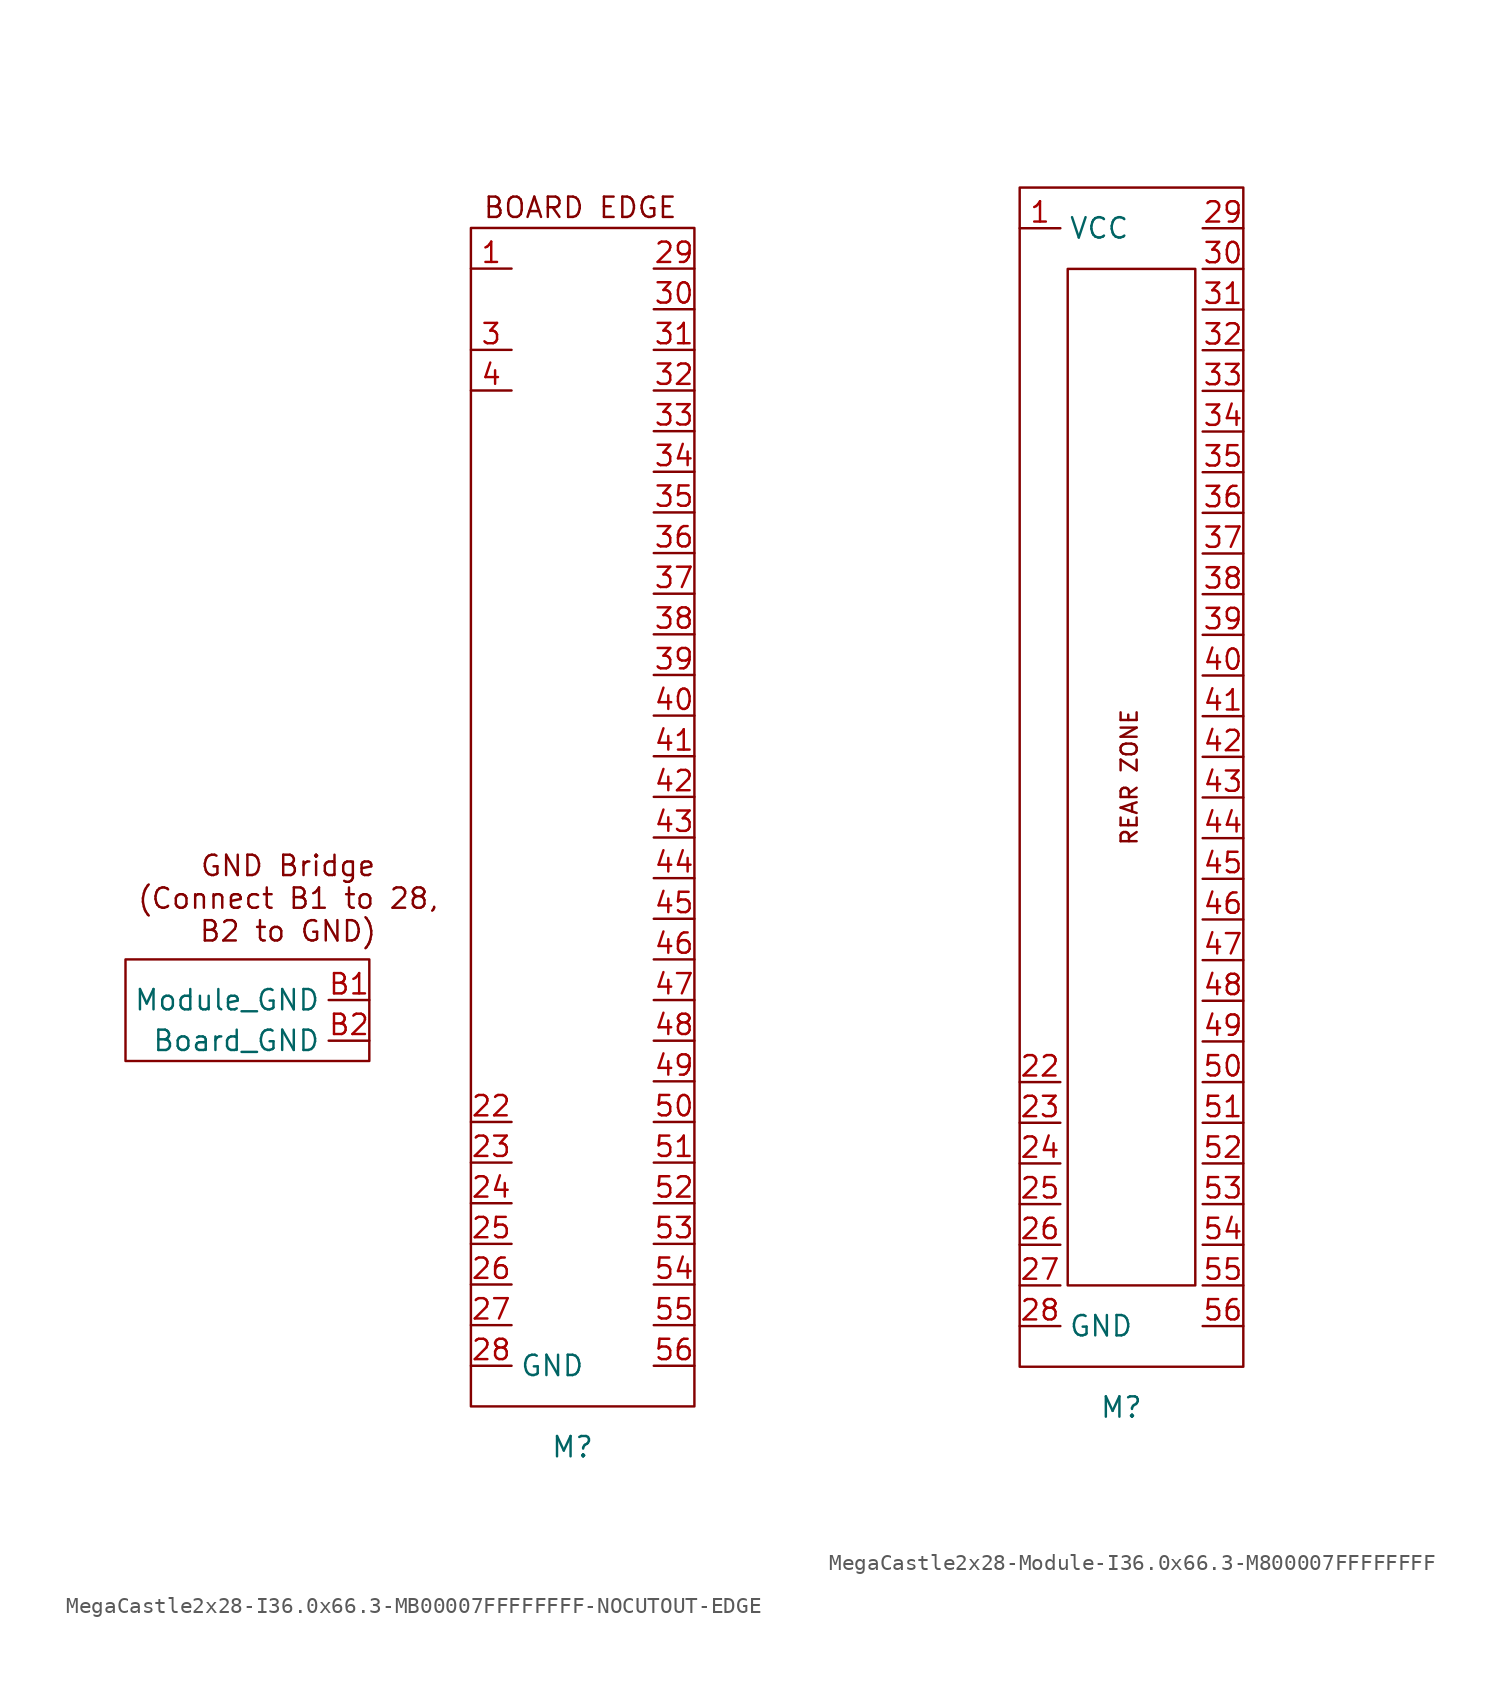
<source format=kicad_sym>
(kicad_symbol_lib
  (version 20231120)
  (generator "kicad_symbol_editor")
  (generator_version "8.0")
  (symbol "MegaCastle2x28-I36.0x66.3-MB00007FFFFFFFF-NOCUTOUT-EDGE"
    (property "Reference" "M"
      (at 0 -39.37 0)
      (effects (font (size 1.27 1.27))))
    (property "Value" ""
      (at 0 5.08 0)
      (effects (font (size 1.27 1.27))))
    (symbol "MegaCastle2x28-I36.0x66.3-MB00007FFFFFFFF-NOCUTOUT-EDGE_0_1"
      (rectangle (start -27.94 -8.89) (end -12.7 -15.24) (stroke (width 0) (type default)) (fill (type none)))
      (rectangle (start -6.35 36.83) (end 7.62 -36.83) (stroke (width 0) (type default)) (fill (type none))))
    (symbol "MegaCastle2x28-I36.0x66.3-MB00007FFFFFFFF-NOCUTOUT-EDGE_1_1"
      (text " BOARD EDGE" (at 0 38.1 0) (effects (font (size 1.27 1.27))))
      (text "GND Bridge\n(Connect B1 to 28,\nB2 to GND)" (at -17.78 -5.08 0) (effects (font (size 1.27 1.27))))
      (pin bidirectional line (at -6.35 34.29 0) (length 2.54) (name "" (effects (font (size 1.27 1.27)))) (number "1" (effects (font (size 1.27 1.27)))))
      (pin bidirectional line (at -6.35 -19.05 0) (length 2.54) (name "" (effects (font (size 1.27 1.27)))) (number "22" (effects (font (size 1.27 1.27)))))
      (pin bidirectional line (at -6.35 -21.59 0) (length 2.54) (name "" (effects (font (size 1.27 1.27)))) (number "23" (effects (font (size 1.27 1.27)))))
      (pin bidirectional line (at -6.35 -24.13 0) (length 2.54) (name "" (effects (font (size 1.27 1.27)))) (number "24" (effects (font (size 1.27 1.27)))))
      (pin bidirectional line (at -6.35 -26.67 0) (length 2.54) (name "" (effects (font (size 1.27 1.27)))) (number "25" (effects (font (size 1.27 1.27)))))
      (pin bidirectional line (at -6.35 -29.21 0) (length 2.54) (name "" (effects (font (size 1.27 1.27)))) (number "26" (effects (font (size 1.27 1.27)))))
      (pin bidirectional line (at -6.35 -31.75 0) (length 2.54) (name "" (effects (font (size 1.27 1.27)))) (number "27" (effects (font (size 1.27 1.27)))))
      (pin bidirectional line (at -6.35 -34.29 0) (length 2.54) (name "GND" (effects (font (size 1.27 1.27)))) (number "28" (effects (font (size 1.27 1.27)))))
      (pin bidirectional line (at 7.62 34.29 180) (length 2.54) (name "" (effects (font (size 1.27 1.27)))) (number "29" (effects (font (size 1.27 1.27)))))
      (pin bidirectional line (at -6.35 29.21 0) (length 2.54) (name "" (effects (font (size 1.27 1.27)))) (number "3" (effects (font (size 1.27 1.27)))))
      (pin bidirectional line (at 7.62 31.75 180) (length 2.54) (name "" (effects (font (size 1.27 1.27)))) (number "30" (effects (font (size 1.27 1.27)))))
      (pin bidirectional line (at 7.62 29.21 180) (length 2.54) (name "" (effects (font (size 1.27 1.27)))) (number "31" (effects (font (size 1.27 1.27)))))
      (pin bidirectional line (at 7.62 26.67 180) (length 2.54) (name "" (effects (font (size 1.27 1.27)))) (number "32" (effects (font (size 1.27 1.27)))))
      (pin bidirectional line (at 7.62 24.13 180) (length 2.54) (name "" (effects (font (size 1.27 1.27)))) (number "33" (effects (font (size 1.27 1.27)))))
      (pin bidirectional line (at 7.62 21.59 180) (length 2.54) (name "" (effects (font (size 1.27 1.27)))) (number "34" (effects (font (size 1.27 1.27)))))
      (pin bidirectional line (at 7.62 19.05 180) (length 2.54) (name "" (effects (font (size 1.27 1.27)))) (number "35" (effects (font (size 1.27 1.27)))))
      (pin bidirectional line (at 7.62 16.51 180) (length 2.54) (name "" (effects (font (size 1.27 1.27)))) (number "36" (effects (font (size 1.27 1.27)))))
      (pin bidirectional line (at 7.62 13.97 180) (length 2.54) (name "" (effects (font (size 1.27 1.27)))) (number "37" (effects (font (size 1.27 1.27)))))
      (pin bidirectional line (at 7.62 11.43 180) (length 2.54) (name "" (effects (font (size 1.27 1.27)))) (number "38" (effects (font (size 1.27 1.27)))))
      (pin bidirectional line (at 7.62 8.89 180) (length 2.54) (name "" (effects (font (size 1.27 1.27)))) (number "39" (effects (font (size 1.27 1.27)))))
      (pin bidirectional line (at -6.35 26.67 0) (length 2.54) (name "" (effects (font (size 1.27 1.27)))) (number "4" (effects (font (size 1.27 1.27)))))
      (pin bidirectional line (at 7.62 6.35 180) (length 2.54) (name "" (effects (font (size 1.27 1.27)))) (number "40" (effects (font (size 1.27 1.27)))))
      (pin bidirectional line (at 7.62 3.81 180) (length 2.54) (name "" (effects (font (size 1.27 1.27)))) (number "41" (effects (font (size 1.27 1.27)))))
      (pin bidirectional line (at 7.62 1.27 180) (length 2.54) (name "" (effects (font (size 1.27 1.27)))) (number "42" (effects (font (size 1.27 1.27)))))
      (pin bidirectional line (at 7.62 -1.27 180) (length 2.54) (name "" (effects (font (size 1.27 1.27)))) (number "43" (effects (font (size 1.27 1.27)))))
      (pin bidirectional line (at 7.62 -3.81 180) (length 2.54) (name "" (effects (font (size 1.27 1.27)))) (number "44" (effects (font (size 1.27 1.27)))))
      (pin bidirectional line (at 7.62 -6.35 180) (length 2.54) (name "" (effects (font (size 1.27 1.27)))) (number "45" (effects (font (size 1.27 1.27)))))
      (pin bidirectional line (at 7.62 -8.89 180) (length 2.54) (name "" (effects (font (size 1.27 1.27)))) (number "46" (effects (font (size 1.27 1.27)))))
      (pin bidirectional line (at 7.62 -11.43 180) (length 2.54) (name "" (effects (font (size 1.27 1.27)))) (number "47" (effects (font (size 1.27 1.27)))))
      (pin bidirectional line (at 7.62 -13.97 180) (length 2.54) (name "" (effects (font (size 1.27 1.27)))) (number "48" (effects (font (size 1.27 1.27)))))
      (pin bidirectional line (at 7.62 -16.51 180) (length 2.54) (name "" (effects (font (size 1.27 1.27)))) (number "49" (effects (font (size 1.27 1.27)))))
      (pin bidirectional line (at 7.62 -19.05 180) (length 2.54) (name "" (effects (font (size 1.27 1.27)))) (number "50" (effects (font (size 1.27 1.27)))))
      (pin bidirectional line (at 7.62 -21.59 180) (length 2.54) (name "" (effects (font (size 1.27 1.27)))) (number "51" (effects (font (size 1.27 1.27)))))
      (pin bidirectional line (at 7.62 -24.13 180) (length 2.54) (name "" (effects (font (size 1.27 1.27)))) (number "52" (effects (font (size 1.27 1.27)))))
      (pin bidirectional line (at 7.62 -26.67 180) (length 2.54) (name "" (effects (font (size 1.27 1.27)))) (number "53" (effects (font (size 1.27 1.27)))))
      (pin bidirectional line (at 7.62 -29.21 180) (length 2.54) (name "" (effects (font (size 1.27 1.27)))) (number "54" (effects (font (size 1.27 1.27)))))
      (pin bidirectional line (at 7.62 -31.75 180) (length 2.54) (name "" (effects (font (size 1.27 1.27)))) (number "55" (effects (font (size 1.27 1.27)))))
      (pin bidirectional line (at 7.62 -34.29 180) (length 2.54) (name "" (effects (font (size 1.27 1.27)))) (number "56" (effects (font (size 1.27 1.27)))))
      (pin bidirectional line (at -12.7 -11.43 180) (length 2.54) (name "Module_GND" (effects (font (size 1.27 1.27)))) (number "B1" (effects (font (size 1.27 1.27)))))
      (pin bidirectional line (at -12.7 -13.97 180) (length 2.54) (name "Board_GND" (effects (font (size 1.27 1.27)))) (number "B2" (effects (font (size 1.27 1.27)))))))
  (symbol "MegaCastle2x28-Module-I36.0x66.3-M800007FFFFFFFF"
    (property "Reference" "M"
      (at 0 -39.37 0)
      (effects (font (size 1.27 1.27))))
    (property "Value" ""
      (at 0 5.08 0)
      (effects (font (size 1.27 1.27))))
    (symbol "MegaCastle2x28-Module-I36.0x66.3-M800007FFFFFFFF_0_1"
      (rectangle (start -6.35 36.83) (end 7.62 -36.83) (stroke (width 0) (type default)) (fill (type none)))
      (rectangle (start -3.35 31.75) (end 4.62 -31.75) (stroke (width 0) (type default)) (fill (type none))))
    (symbol "MegaCastle2x28-Module-I36.0x66.3-M800007FFFFFFFF_1_1"
      (text "REAR ZONE" (at 0.5 0 900) (effects (font (size 1 1))))
      (pin bidirectional line (at -6.35 34.29 0) (length 2.54) (name "VCC" (effects (font (size 1.27 1.27)))) (number "1" (effects (font (size 1.27 1.27)))))
      (pin bidirectional line (at -6.35 -19.05 0) (length 2.54) (name "" (effects (font (size 1.27 1.27)))) (number "22" (effects (font (size 1.27 1.27)))))
      (pin bidirectional line (at -6.35 -21.59 0) (length 2.54) (name "" (effects (font (size 1.27 1.27)))) (number "23" (effects (font (size 1.27 1.27)))))
      (pin bidirectional line (at -6.35 -24.13 0) (length 2.54) (name "" (effects (font (size 1.27 1.27)))) (number "24" (effects (font (size 1.27 1.27)))))
      (pin bidirectional line (at -6.35 -26.67 0) (length 2.54) (name "" (effects (font (size 1.27 1.27)))) (number "25" (effects (font (size 1.27 1.27)))))
      (pin bidirectional line (at -6.35 -29.21 0) (length 2.54) (name "" (effects (font (size 1.27 1.27)))) (number "26" (effects (font (size 1.27 1.27)))))
      (pin bidirectional line (at -6.35 -31.75 0) (length 2.54) (name "" (effects (font (size 1.27 1.27)))) (number "27" (effects (font (size 1.27 1.27)))))
      (pin bidirectional line (at -6.35 -34.29 0) (length 2.54) (name "GND" (effects (font (size 1.27 1.27)))) (number "28" (effects (font (size 1.27 1.27)))))
      (pin bidirectional line (at 7.62 34.29 180) (length 2.54) (name "" (effects (font (size 1.27 1.27)))) (number "29" (effects (font (size 1.27 1.27)))))
      (pin bidirectional line (at 7.62 31.75 180) (length 2.54) (name "" (effects (font (size 1.27 1.27)))) (number "30" (effects (font (size 1.27 1.27)))))
      (pin bidirectional line (at 7.62 29.21 180) (length 2.54) (name "" (effects (font (size 1.27 1.27)))) (number "31" (effects (font (size 1.27 1.27)))))
      (pin bidirectional line (at 7.62 26.67 180) (length 2.54) (name "" (effects (font (size 1.27 1.27)))) (number "32" (effects (font (size 1.27 1.27)))))
      (pin bidirectional line (at 7.62 24.13 180) (length 2.54) (name "" (effects (font (size 1.27 1.27)))) (number "33" (effects (font (size 1.27 1.27)))))
      (pin bidirectional line (at 7.62 21.59 180) (length 2.54) (name "" (effects (font (size 1.27 1.27)))) (number "34" (effects (font (size 1.27 1.27)))))
      (pin bidirectional line (at 7.62 19.05 180) (length 2.54) (name "" (effects (font (size 1.27 1.27)))) (number "35" (effects (font (size 1.27 1.27)))))
      (pin bidirectional line (at 7.62 16.51 180) (length 2.54) (name "" (effects (font (size 1.27 1.27)))) (number "36" (effects (font (size 1.27 1.27)))))
      (pin bidirectional line (at 7.62 13.97 180) (length 2.54) (name "" (effects (font (size 1.27 1.27)))) (number "37" (effects (font (size 1.27 1.27)))))
      (pin bidirectional line (at 7.62 11.43 180) (length 2.54) (name "" (effects (font (size 1.27 1.27)))) (number "38" (effects (font (size 1.27 1.27)))))
      (pin bidirectional line (at 7.62 8.89 180) (length 2.54) (name "" (effects (font (size 1.27 1.27)))) (number "39" (effects (font (size 1.27 1.27)))))
      (pin bidirectional line (at 7.62 6.35 180) (length 2.54) (name "" (effects (font (size 1.27 1.27)))) (number "40" (effects (font (size 1.27 1.27)))))
      (pin bidirectional line (at 7.62 3.81 180) (length 2.54) (name "" (effects (font (size 1.27 1.27)))) (number "41" (effects (font (size 1.27 1.27)))))
      (pin bidirectional line (at 7.62 1.27 180) (length 2.54) (name "" (effects (font (size 1.27 1.27)))) (number "42" (effects (font (size 1.27 1.27)))))
      (pin bidirectional line (at 7.62 -1.27 180) (length 2.54) (name "" (effects (font (size 1.27 1.27)))) (number "43" (effects (font (size 1.27 1.27)))))
      (pin bidirectional line (at 7.62 -3.81 180) (length 2.54) (name "" (effects (font (size 1.27 1.27)))) (number "44" (effects (font (size 1.27 1.27)))))
      (pin bidirectional line (at 7.62 -6.35 180) (length 2.54) (name "" (effects (font (size 1.27 1.27)))) (number "45" (effects (font (size 1.27 1.27)))))
      (pin bidirectional line (at 7.62 -8.89 180) (length 2.54) (name "" (effects (font (size 1.27 1.27)))) (number "46" (effects (font (size 1.27 1.27)))))
      (pin bidirectional line (at 7.62 -11.43 180) (length 2.54) (name "" (effects (font (size 1.27 1.27)))) (number "47" (effects (font (size 1.27 1.27)))))
      (pin bidirectional line (at 7.62 -13.97 180) (length 2.54) (name "" (effects (font (size 1.27 1.27)))) (number "48" (effects (font (size 1.27 1.27)))))
      (pin bidirectional line (at 7.62 -16.51 180) (length 2.54) (name "" (effects (font (size 1.27 1.27)))) (number "49" (effects (font (size 1.27 1.27)))))
      (pin bidirectional line (at 7.62 -19.05 180) (length 2.54) (name "" (effects (font (size 1.27 1.27)))) (number "50" (effects (font (size 1.27 1.27)))))
      (pin bidirectional line (at 7.62 -21.59 180) (length 2.54) (name "" (effects (font (size 1.27 1.27)))) (number "51" (effects (font (size 1.27 1.27)))))
      (pin bidirectional line (at 7.62 -24.13 180) (length 2.54) (name "" (effects (font (size 1.27 1.27)))) (number "52" (effects (font (size 1.27 1.27)))))
      (pin bidirectional line (at 7.62 -26.67 180) (length 2.54) (name "" (effects (font (size 1.27 1.27)))) (number "53" (effects (font (size 1.27 1.27)))))
      (pin bidirectional line (at 7.62 -29.21 180) (length 2.54) (name "" (effects (font (size 1.27 1.27)))) (number "54" (effects (font (size 1.27 1.27)))))
      (pin bidirectional line (at 7.62 -31.75 180) (length 2.54) (name "" (effects (font (size 1.27 1.27)))) (number "55" (effects (font (size 1.27 1.27)))))
      (pin bidirectional line (at 7.62 -34.29 180) (length 2.54) (name "" (effects (font (size 1.27 1.27)))) (number "56" (effects (font (size 1.27 1.27))))))))
</source>
